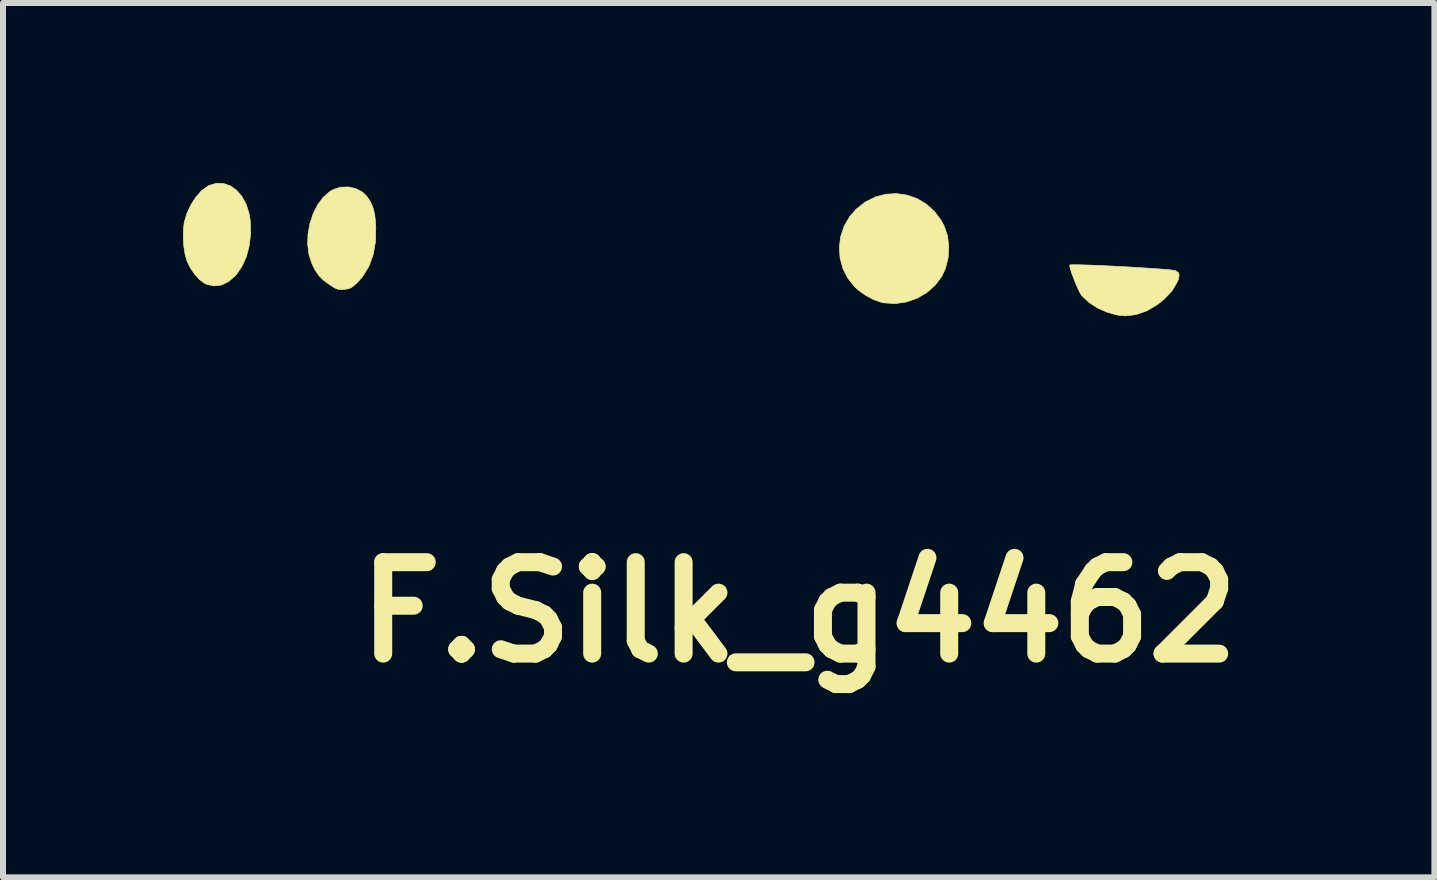
<source format=kicad_pcb>
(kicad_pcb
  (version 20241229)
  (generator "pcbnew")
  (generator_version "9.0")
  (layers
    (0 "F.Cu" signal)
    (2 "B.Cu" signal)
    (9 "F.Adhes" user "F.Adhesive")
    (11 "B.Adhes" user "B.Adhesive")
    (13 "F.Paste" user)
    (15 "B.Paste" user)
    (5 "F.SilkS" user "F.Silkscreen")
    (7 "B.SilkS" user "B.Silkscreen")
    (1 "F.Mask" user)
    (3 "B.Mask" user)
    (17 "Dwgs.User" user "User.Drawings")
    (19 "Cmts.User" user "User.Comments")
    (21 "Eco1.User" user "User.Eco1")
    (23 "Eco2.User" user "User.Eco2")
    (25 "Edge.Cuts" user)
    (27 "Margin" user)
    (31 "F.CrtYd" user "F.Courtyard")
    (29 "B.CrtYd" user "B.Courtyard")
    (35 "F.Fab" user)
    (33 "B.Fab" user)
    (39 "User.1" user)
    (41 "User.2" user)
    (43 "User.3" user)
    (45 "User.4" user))
  (footprint "F.Silk_g4462"
    (layer "F.Cu")
    (at 10.268 7.155)
    (property "Reference" "F.Silk_g4462" (at 0 0 0) (layer "F.SilkS") (effects (font (size 1.524 1.524) (thickness 0.3))))
    (attr through_hole)
    (fp_poly (pts (xy 1.798 -6.954) (xy 1.965 -6.896) (xy 2.119 -6.805) (xy 2.256 -6.683) (xy 2.37 -6.531) (xy 2.42 -6.438) (xy 2.476 -6.271) (xy 2.497 -6.091) (xy 2.486 -5.907) (xy 2.442 -5.732) (xy 2.38 -5.598) (xy 2.269 -5.45) (xy 2.13 -5.328) (xy 1.969 -5.234) (xy 1.793 -5.172) (xy 1.61 -5.145) (xy 1.425 -5.156) (xy 1.371 -5.166) (xy 1.249 -5.209) (xy 1.119 -5.277) (xy 0.999 -5.36) (xy 0.934 -5.418) (xy 0.815 -5.565) (xy 0.732 -5.729) (xy 0.684 -5.904) (xy 0.672 -6.085) (xy 0.695 -6.264) (xy 0.753 -6.437) (xy 0.847 -6.598) (xy 0.954 -6.72) (xy 1.108 -6.84) (xy 1.274 -6.922) (xy 1.448 -6.968) (xy 1.624 -6.978) (xy 1.798 -6.954)) (stroke (width 0.01) (type solid)) (fill yes) (layer "F.SilkS"))
    (fp_poly (pts (xy -9.59 -7.146) (xy -9.477 -7.107) (xy -9.375 -7.034) (xy -9.287 -6.932) (xy -9.216 -6.803) (xy -9.167 -6.651) (xy -9.146 -6.525) (xy -9.14 -6.313) (xy -9.163 -6.111) (xy -9.212 -5.925) (xy -9.287 -5.76) (xy -9.385 -5.621) (xy -9.504 -5.514) (xy -9.512 -5.509) (xy -9.628 -5.454) (xy -9.75 -5.439) (xy -9.871 -5.465) (xy -9.911 -5.484) (xy -9.991 -5.543) (xy -10.072 -5.632) (xy -10.145 -5.739) (xy -10.201 -5.853) (xy -10.203 -5.858) (xy -10.233 -5.966) (xy -10.254 -6.1) (xy -10.263 -6.244) (xy -10.261 -6.383) (xy -10.247 -6.5) (xy -10.202 -6.649) (xy -10.135 -6.793) (xy -10.051 -6.922) (xy -9.956 -7.029) (xy -9.855 -7.103) (xy -9.832 -7.115) (xy -9.71 -7.15) (xy -9.59 -7.146)) (stroke (width 0.01) (type solid)) (fill yes) (layer "F.SilkS"))
    (fp_poly (pts (xy -7.388 -7.062) (xy -7.279 -7.005) (xy -7.206 -6.936) (xy -7.144 -6.845) (xy -7.101 -6.745) (xy -7.072 -6.627) (xy -7.057 -6.48) (xy -7.054 -6.423) (xy -7.059 -6.179) (xy -7.098 -5.959) (xy -7.169 -5.765) (xy -7.273 -5.596) (xy -7.353 -5.505) (xy -7.416 -5.446) (xy -7.464 -5.41) (xy -7.509 -5.392) (xy -7.565 -5.383) (xy -7.582 -5.381) (xy -7.643 -5.379) (xy -7.691 -5.385) (xy -7.74 -5.406) (xy -7.804 -5.446) (xy -7.827 -5.461) (xy -7.93 -5.538) (xy -8.007 -5.616) (xy -8.07 -5.71) (xy -8.119 -5.811) (xy -8.169 -5.965) (xy -8.19 -6.132) (xy -8.184 -6.305) (xy -8.153 -6.477) (xy -8.099 -6.641) (xy -8.025 -6.789) (xy -7.932 -6.915) (xy -7.822 -7.012) (xy -7.761 -7.047) (xy -7.64 -7.085) (xy -7.512 -7.089) (xy -7.388 -7.062)) (stroke (width 0.01) (type solid)) (fill yes) (layer "F.SilkS"))
    (fp_poly (pts (xy 4.697 -5.791) (xy 4.818 -5.787) (xy 4.958 -5.782) (xy 5.114 -5.775) (xy 5.278 -5.767) (xy 5.447 -5.758) (xy 5.613 -5.748) (xy 5.773 -5.738) (xy 5.92 -5.729) (xy 6.049 -5.719) (xy 6.154 -5.71) (xy 6.23 -5.702) (xy 6.271 -5.695) (xy 6.274 -5.694) (xy 6.322 -5.663) (xy 6.337 -5.615) (xy 6.322 -5.543) (xy 6.307 -5.508) (xy 6.219 -5.359) (xy 6.089 -5.22) (xy 5.978 -5.131) (xy 5.8 -5.025) (xy 5.623 -4.962) (xy 5.447 -4.94) (xy 5.313 -4.952) (xy 5.142 -4.998) (xy 4.98 -5.069) (xy 4.838 -5.16) (xy 4.726 -5.264) (xy 4.705 -5.289) (xy 4.679 -5.332) (xy 4.647 -5.399) (xy 4.611 -5.481) (xy 4.577 -5.568) (xy 4.546 -5.651) (xy 4.523 -5.722) (xy 4.512 -5.771) (xy 4.513 -5.788) (xy 4.54 -5.792) (xy 4.603 -5.792) (xy 4.697 -5.791)) (stroke (width 0.01) (type solid)) (fill yes) (layer "F.SilkS")))
  (gr_rect
    (start -3 -3)
    (end 20.859 11.573)
    (stroke (width 0.1) (type default))
    (fill no)
    (layer "Edge.Cuts")))
</source>
